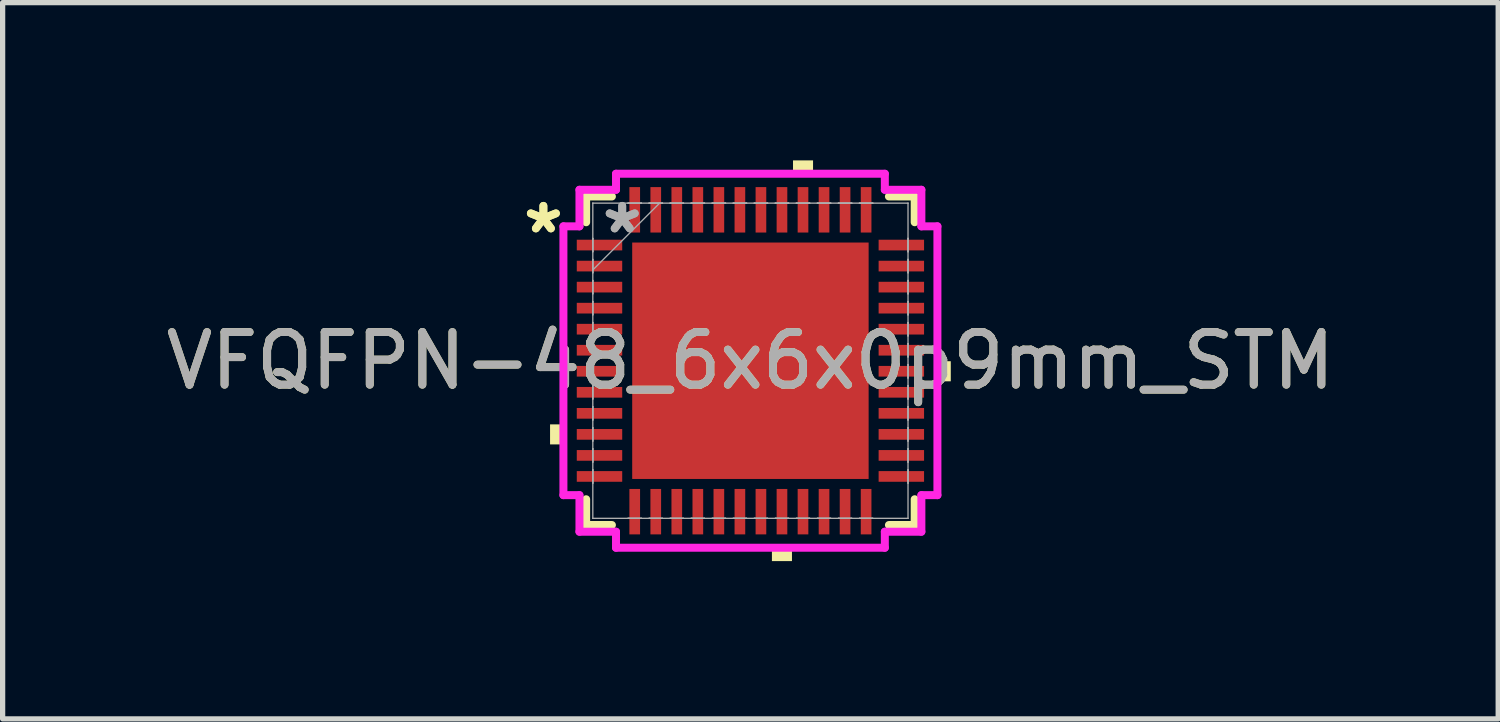
<source format=kicad_pcb>
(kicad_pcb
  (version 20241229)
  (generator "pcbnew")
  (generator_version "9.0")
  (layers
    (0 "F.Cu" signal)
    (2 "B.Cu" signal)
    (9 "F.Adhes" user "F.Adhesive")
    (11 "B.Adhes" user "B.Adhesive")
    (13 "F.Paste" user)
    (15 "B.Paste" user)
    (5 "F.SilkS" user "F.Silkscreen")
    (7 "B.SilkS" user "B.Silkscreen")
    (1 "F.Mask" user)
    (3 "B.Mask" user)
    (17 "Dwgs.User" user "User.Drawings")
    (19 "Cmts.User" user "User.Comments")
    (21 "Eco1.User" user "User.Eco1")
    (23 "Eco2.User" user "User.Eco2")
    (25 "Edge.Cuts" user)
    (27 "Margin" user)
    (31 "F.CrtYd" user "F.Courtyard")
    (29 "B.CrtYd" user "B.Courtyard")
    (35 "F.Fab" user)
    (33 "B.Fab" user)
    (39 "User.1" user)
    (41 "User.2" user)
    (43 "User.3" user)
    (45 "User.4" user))
  (footprint "VFQFPN-48_6x6x0p9mm_STM"
    (layer "F.Cu")
    (at 11.22 3.81)
    (property "Reference" "VFQFPN-48_6x6x0p9mm_STM" (at 0 0 0) (unlocked yes) (layer "F.SilkS") (effects (font (size 1 1) (thickness 0.15))))
    (attr smd)
    (fp_line (start -3.124 -3.124) (end -3.124 -2.634) (stroke (width 0.152) (type solid)) (layer "F.SilkS"))
    (fp_line (start -3.124 2.634) (end -3.124 3.124) (stroke (width 0.152) (type solid)) (layer "F.SilkS"))
    (fp_line (start -3.124 3.124) (end -2.634 3.124) (stroke (width 0.152) (type solid)) (layer "F.SilkS"))
    (fp_line (start -2.634 -3.124) (end -3.124 -3.124) (stroke (width 0.152) (type solid)) (layer "F.SilkS"))
    (fp_line (start 2.634 3.124) (end 3.124 3.124) (stroke (width 0.152) (type solid)) (layer "F.SilkS"))
    (fp_line (start 3.124 -3.124) (end 2.634 -3.124) (stroke (width 0.152) (type solid)) (layer "F.SilkS"))
    (fp_line (start 3.124 -2.634) (end 3.124 -3.124) (stroke (width 0.152) (type solid)) (layer "F.SilkS"))
    (fp_line (start 3.124 3.124) (end 3.124 2.634) (stroke (width 0.152) (type solid)) (layer "F.SilkS"))
    (fp_poly (pts (xy -3.81 1.21) (xy -3.81 1.591) (xy -3.556 1.591) (xy -3.556 1.21)) (stroke (width 0) (type solid)) (fill yes) (layer "F.SilkS"))
    (fp_poly (pts (xy 0.409 3.556) (xy 0.409 3.81) (xy 0.79 3.81) (xy 0.79 3.556)) (stroke (width 0) (type solid)) (fill yes) (layer "F.SilkS"))
    (fp_poly (pts (xy 0.81 -3.556) (xy 0.81 -3.81) (xy 1.191 -3.81) (xy 1.191 -3.556)) (stroke (width 0) (type solid)) (fill yes) (layer "F.SilkS"))
    (fp_poly (pts (xy 3.81 0.009) (xy 3.81 0.391) (xy 3.556 0.391) (xy 3.556 0.009)) (stroke (width 0) (type solid)) (fill yes) (layer "F.SilkS"))
    (fp_poly (pts (xy -2.148 -2.148) (xy -2.148 -0.849) (xy -0.849 -0.849) (xy -0.849 -2.148)) (stroke (width 0) (type solid)) (fill yes) (layer "F.Paste"))
    (fp_poly (pts (xy -2.148 -0.649) (xy -2.148 0.649) (xy -0.849 0.649) (xy -0.849 -0.649)) (stroke (width 0) (type solid)) (fill yes) (layer "F.Paste"))
    (fp_poly (pts (xy -2.148 0.849) (xy -2.148 2.148) (xy -0.849 2.148) (xy -0.849 0.849)) (stroke (width 0) (type solid)) (fill yes) (layer "F.Paste"))
    (fp_poly (pts (xy -0.649 -2.148) (xy -0.649 -0.849) (xy 0.649 -0.849) (xy 0.649 -2.148)) (stroke (width 0) (type solid)) (fill yes) (layer "F.Paste"))
    (fp_poly (pts (xy -0.649 -0.649) (xy -0.649 0.649) (xy 0.649 0.649) (xy 0.649 -0.649)) (stroke (width 0) (type solid)) (fill yes) (layer "F.Paste"))
    (fp_poly (pts (xy -0.649 0.849) (xy -0.649 2.148) (xy 0.649 2.148) (xy 0.649 0.849)) (stroke (width 0) (type solid)) (fill yes) (layer "F.Paste"))
    (fp_poly (pts (xy 0.849 -2.148) (xy 0.849 -0.849) (xy 2.148 -0.849) (xy 2.148 -2.148)) (stroke (width 0) (type solid)) (fill yes) (layer "F.Paste"))
    (fp_poly (pts (xy 0.849 -0.649) (xy 0.849 0.649) (xy 2.148 0.649) (xy 2.148 -0.649)) (stroke (width 0) (type solid)) (fill yes) (layer "F.Paste"))
    (fp_poly (pts (xy 0.849 0.849) (xy 0.849 2.148) (xy 2.148 2.148) (xy 2.148 0.849)) (stroke (width 0) (type solid)) (fill yes) (layer "F.Paste"))
    (fp_line (start -3.556 -2.556) (end -3.251 -2.556) (stroke (width 0.152) (type solid)) (layer "F.CrtYd"))
    (fp_line (start -3.556 2.556) (end -3.556 -2.556) (stroke (width 0.152) (type solid)) (layer "F.CrtYd"))
    (fp_line (start -3.251 -3.251) (end -2.556 -3.251) (stroke (width 0.152) (type solid)) (layer "F.CrtYd"))
    (fp_line (start -3.251 -2.556) (end -3.251 -3.251) (stroke (width 0.152) (type solid)) (layer "F.CrtYd"))
    (fp_line (start -3.251 2.556) (end -3.556 2.556) (stroke (width 0.152) (type solid)) (layer "F.CrtYd"))
    (fp_line (start -3.251 3.251) (end -3.251 2.556) (stroke (width 0.152) (type solid)) (layer "F.CrtYd"))
    (fp_line (start -2.556 -3.556) (end 2.556 -3.556) (stroke (width 0.152) (type solid)) (layer "F.CrtYd"))
    (fp_line (start -2.556 -3.251) (end -2.556 -3.556) (stroke (width 0.152) (type solid)) (layer "F.CrtYd"))
    (fp_line (start -2.556 3.251) (end -3.251 3.251) (stroke (width 0.152) (type solid)) (layer "F.CrtYd"))
    (fp_line (start -2.556 3.556) (end -2.556 3.251) (stroke (width 0.152) (type solid)) (layer "F.CrtYd"))
    (fp_line (start 2.556 -3.556) (end 2.556 -3.251) (stroke (width 0.152) (type solid)) (layer "F.CrtYd"))
    (fp_line (start 2.556 -3.251) (end 3.251 -3.251) (stroke (width 0.152) (type solid)) (layer "F.CrtYd"))
    (fp_line (start 2.556 3.251) (end 2.556 3.556) (stroke (width 0.152) (type solid)) (layer "F.CrtYd"))
    (fp_line (start 2.556 3.556) (end -2.556 3.556) (stroke (width 0.152) (type solid)) (layer "F.CrtYd"))
    (fp_line (start 3.251 -3.251) (end 3.251 -2.556) (stroke (width 0.152) (type solid)) (layer "F.CrtYd"))
    (fp_line (start 3.251 -2.556) (end 3.556 -2.556) (stroke (width 0.152) (type solid)) (layer "F.CrtYd"))
    (fp_line (start 3.251 2.556) (end 3.251 3.251) (stroke (width 0.152) (type solid)) (layer "F.CrtYd"))
    (fp_line (start 3.251 3.251) (end 2.556 3.251) (stroke (width 0.152) (type solid)) (layer "F.CrtYd"))
    (fp_line (start 3.556 -2.556) (end 3.556 2.556) (stroke (width 0.152) (type solid)) (layer "F.CrtYd"))
    (fp_line (start 3.556 2.556) (end 3.251 2.556) (stroke (width 0.152) (type solid)) (layer "F.CrtYd"))
    (fp_line (start -2.997 -2.997) (end -2.997 -2.997) (stroke (width 0.025) (type solid)) (layer "F.Fab"))
    (fp_line (start -2.997 -2.997) (end -2.997 2.997) (stroke (width 0.025) (type solid)) (layer "F.Fab"))
    (fp_line (start -2.997 -2.327) (end -2.997 -2.327) (stroke (width 0.025) (type solid)) (layer "F.Fab"))
    (fp_line (start -2.997 -2.327) (end -2.997 -2.073) (stroke (width 0.025) (type solid)) (layer "F.Fab"))
    (fp_line (start -2.997 -2.073) (end -2.997 -2.327) (stroke (width 0.025) (type solid)) (layer "F.Fab"))
    (fp_line (start -2.997 -2.073) (end -2.997 -2.073) (stroke (width 0.025) (type solid)) (layer "F.Fab"))
    (fp_line (start -2.997 -1.927) (end -2.997 -1.927) (stroke (width 0.025) (type solid)) (layer "F.Fab"))
    (fp_line (start -2.997 -1.927) (end -2.997 -1.673) (stroke (width 0.025) (type solid)) (layer "F.Fab"))
    (fp_line (start -2.997 -1.727) (end -1.727 -2.997) (stroke (width 0.025) (type solid)) (layer "F.Fab"))
    (fp_line (start -2.997 -1.673) (end -2.997 -1.927) (stroke (width 0.025) (type solid)) (layer "F.Fab"))
    (fp_line (start -2.997 -1.673) (end -2.997 -1.673) (stroke (width 0.025) (type solid)) (layer "F.Fab"))
    (fp_line (start -2.997 -1.527) (end -2.997 -1.527) (stroke (width 0.025) (type solid)) (layer "F.Fab"))
    (fp_line (start -2.997 -1.527) (end -2.997 -1.273) (stroke (width 0.025) (type solid)) (layer "F.Fab"))
    (fp_line (start -2.997 -1.273) (end -2.997 -1.527) (stroke (width 0.025) (type solid)) (layer "F.Fab"))
    (fp_line (start -2.997 -1.273) (end -2.997 -1.273) (stroke (width 0.025) (type solid)) (layer "F.Fab"))
    (fp_line (start -2.997 -1.127) (end -2.997 -1.127) (stroke (width 0.025) (type solid)) (layer "F.Fab"))
    (fp_line (start -2.997 -1.127) (end -2.997 -0.873) (stroke (width 0.025) (type solid)) (layer "F.Fab"))
    (fp_line (start -2.997 -0.873) (end -2.997 -1.127) (stroke (width 0.025) (type solid)) (layer "F.Fab"))
    (fp_line (start -2.997 -0.873) (end -2.997 -0.873) (stroke (width 0.025) (type solid)) (layer "F.Fab"))
    (fp_line (start -2.997 -0.727) (end -2.997 -0.727) (stroke (width 0.025) (type solid)) (layer "F.Fab"))
    (fp_line (start -2.997 -0.727) (end -2.997 -0.473) (stroke (width 0.025) (type solid)) (layer "F.Fab"))
    (fp_line (start -2.997 -0.473) (end -2.997 -0.727) (stroke (width 0.025) (type solid)) (layer "F.Fab"))
    (fp_line (start -2.997 -0.473) (end -2.997 -0.473) (stroke (width 0.025) (type solid)) (layer "F.Fab"))
    (fp_line (start -2.997 -0.327) (end -2.997 -0.327) (stroke (width 0.025) (type solid)) (layer "F.Fab"))
    (fp_line (start -2.997 -0.327) (end -2.997 -0.073) (stroke (width 0.025) (type solid)) (layer "F.Fab"))
    (fp_line (start -2.997 -0.073) (end -2.997 -0.327) (stroke (width 0.025) (type solid)) (layer "F.Fab"))
    (fp_line (start -2.997 -0.073) (end -2.997 -0.073) (stroke (width 0.025) (type solid)) (layer "F.Fab"))
    (fp_line (start -2.997 0.073) (end -2.997 0.073) (stroke (width 0.025) (type solid)) (layer "F.Fab"))
    (fp_line (start -2.997 0.073) (end -2.997 0.327) (stroke (width 0.025) (type solid)) (layer "F.Fab"))
    (fp_line (start -2.997 0.327) (end -2.997 0.073) (stroke (width 0.025) (type solid)) (layer "F.Fab"))
    (fp_line (start -2.997 0.327) (end -2.997 0.327) (stroke (width 0.025) (type solid)) (layer "F.Fab"))
    (fp_line (start -2.997 0.473) (end -2.997 0.473) (stroke (width 0.025) (type solid)) (layer "F.Fab"))
    (fp_line (start -2.997 0.473) (end -2.997 0.727) (stroke (width 0.025) (type solid)) (layer "F.Fab"))
    (fp_line (start -2.997 0.727) (end -2.997 0.473) (stroke (width 0.025) (type solid)) (layer "F.Fab"))
    (fp_line (start -2.997 0.727) (end -2.997 0.727) (stroke (width 0.025) (type solid)) (layer "F.Fab"))
    (fp_line (start -2.997 0.873) (end -2.997 0.873) (stroke (width 0.025) (type solid)) (layer "F.Fab"))
    (fp_line (start -2.997 0.873) (end -2.997 1.127) (stroke (width 0.025) (type solid)) (layer "F.Fab"))
    (fp_line (start -2.997 1.127) (end -2.997 0.873) (stroke (width 0.025) (type solid)) (layer "F.Fab"))
    (fp_line (start -2.997 1.127) (end -2.997 1.127) (stroke (width 0.025) (type solid)) (layer "F.Fab"))
    (fp_line (start -2.997 1.273) (end -2.997 1.273) (stroke (width 0.025) (type solid)) (layer "F.Fab"))
    (fp_line (start -2.997 1.273) (end -2.997 1.527) (stroke (width 0.025) (type solid)) (layer "F.Fab"))
    (fp_line (start -2.997 1.527) (end -2.997 1.273) (stroke (width 0.025) (type solid)) (layer "F.Fab"))
    (fp_line (start -2.997 1.527) (end -2.997 1.527) (stroke (width 0.025) (type solid)) (layer "F.Fab"))
    (fp_line (start -2.997 1.673) (end -2.997 1.673) (stroke (width 0.025) (type solid)) (layer "F.Fab"))
    (fp_line (start -2.997 1.673) (end -2.997 1.927) (stroke (width 0.025) (type solid)) (layer "F.Fab"))
    (fp_line (start -2.997 1.927) (end -2.997 1.673) (stroke (width 0.025) (type solid)) (layer "F.Fab"))
    (fp_line (start -2.997 1.927) (end -2.997 1.927) (stroke (width 0.025) (type solid)) (layer "F.Fab"))
    (fp_line (start -2.997 2.073) (end -2.997 2.073) (stroke (width 0.025) (type solid)) (layer "F.Fab"))
    (fp_line (start -2.997 2.073) (end -2.997 2.327) (stroke (width 0.025) (type solid)) (layer "F.Fab"))
    (fp_line (start -2.997 2.327) (end -2.997 2.073) (stroke (width 0.025) (type solid)) (layer "F.Fab"))
    (fp_line (start -2.997 2.327) (end -2.997 2.327) (stroke (width 0.025) (type solid)) (layer "F.Fab"))
    (fp_line (start -2.997 2.997) (end -2.997 2.997) (stroke (width 0.025) (type solid)) (layer "F.Fab"))
    (fp_line (start -2.997 2.997) (end 2.997 2.997) (stroke (width 0.025) (type solid)) (layer "F.Fab"))
    (fp_line (start -2.327 -2.997) (end -2.327 -2.997) (stroke (width 0.025) (type solid)) (layer "F.Fab"))
    (fp_line (start -2.327 -2.997) (end -2.073 -2.997) (stroke (width 0.025) (type solid)) (layer "F.Fab"))
    (fp_line (start -2.327 2.997) (end -2.327 2.997) (stroke (width 0.025) (type solid)) (layer "F.Fab"))
    (fp_line (start -2.327 2.997) (end -2.073 2.997) (stroke (width 0.025) (type solid)) (layer "F.Fab"))
    (fp_line (start -2.073 -2.997) (end -2.327 -2.997) (stroke (width 0.025) (type solid)) (layer "F.Fab"))
    (fp_line (start -2.073 -2.997) (end -2.073 -2.997) (stroke (width 0.025) (type solid)) (layer "F.Fab"))
    (fp_line (start -2.073 2.997) (end -2.327 2.997) (stroke (width 0.025) (type solid)) (layer "F.Fab"))
    (fp_line (start -2.073 2.997) (end -2.073 2.997) (stroke (width 0.025) (type solid)) (layer "F.Fab"))
    (fp_line (start -1.927 -2.997) (end -1.927 -2.997) (stroke (width 0.025) (type solid)) (layer "F.Fab"))
    (fp_line (start -1.927 -2.997) (end -1.673 -2.997) (stroke (width 0.025) (type solid)) (layer "F.Fab"))
    (fp_line (start -1.927 2.997) (end -1.927 2.997) (stroke (width 0.025) (type solid)) (layer "F.Fab"))
    (fp_line (start -1.927 2.997) (end -1.673 2.997) (stroke (width 0.025) (type solid)) (layer "F.Fab"))
    (fp_line (start -1.673 -2.997) (end -1.927 -2.997) (stroke (width 0.025) (type solid)) (layer "F.Fab"))
    (fp_line (start -1.673 -2.997) (end -1.673 -2.997) (stroke (width 0.025) (type solid)) (layer "F.Fab"))
    (fp_line (start -1.673 2.997) (end -1.927 2.997) (stroke (width 0.025) (type solid)) (layer "F.Fab"))
    (fp_line (start -1.673 2.997) (end -1.673 2.997) (stroke (width 0.025) (type solid)) (layer "F.Fab"))
    (fp_line (start -1.527 -2.997) (end -1.527 -2.997) (stroke (width 0.025) (type solid)) (layer "F.Fab"))
    (fp_line (start -1.527 -2.997) (end -1.273 -2.997) (stroke (width 0.025) (type solid)) (layer "F.Fab"))
    (fp_line (start -1.527 2.997) (end -1.527 2.997) (stroke (width 0.025) (type solid)) (layer "F.Fab"))
    (fp_line (start -1.527 2.997) (end -1.273 2.997) (stroke (width 0.025) (type solid)) (layer "F.Fab"))
    (fp_line (start -1.273 -2.997) (end -1.527 -2.997) (stroke (width 0.025) (type solid)) (layer "F.Fab"))
    (fp_line (start -1.273 -2.997) (end -1.273 -2.997) (stroke (width 0.025) (type solid)) (layer "F.Fab"))
    (fp_line (start -1.273 2.997) (end -1.527 2.997) (stroke (width 0.025) (type solid)) (layer "F.Fab"))
    (fp_line (start -1.273 2.997) (end -1.273 2.997) (stroke (width 0.025) (type solid)) (layer "F.Fab"))
    (fp_line (start -1.127 -2.997) (end -1.127 -2.997) (stroke (width 0.025) (type solid)) (layer "F.Fab"))
    (fp_line (start -1.127 -2.997) (end -0.873 -2.997) (stroke (width 0.025) (type solid)) (layer "F.Fab"))
    (fp_line (start -1.127 2.997) (end -1.127 2.997) (stroke (width 0.025) (type solid)) (layer "F.Fab"))
    (fp_line (start -1.127 2.997) (end -0.873 2.997) (stroke (width 0.025) (type solid)) (layer "F.Fab"))
    (fp_line (start -0.873 -2.997) (end -1.127 -2.997) (stroke (width 0.025) (type solid)) (layer "F.Fab"))
    (fp_line (start -0.873 -2.997) (end -0.873 -2.997) (stroke (width 0.025) (type solid)) (layer "F.Fab"))
    (fp_line (start -0.873 2.997) (end -1.127 2.997) (stroke (width 0.025) (type solid)) (layer "F.Fab"))
    (fp_line (start -0.873 2.997) (end -0.873 2.997) (stroke (width 0.025) (type solid)) (layer "F.Fab"))
    (fp_line (start -0.727 -2.997) (end -0.727 -2.997) (stroke (width 0.025) (type solid)) (layer "F.Fab"))
    (fp_line (start -0.727 -2.997) (end -0.473 -2.997) (stroke (width 0.025) (type solid)) (layer "F.Fab"))
    (fp_line (start -0.727 2.997) (end -0.727 2.997) (stroke (width 0.025) (type solid)) (layer "F.Fab"))
    (fp_line (start -0.727 2.997) (end -0.473 2.997) (stroke (width 0.025) (type solid)) (layer "F.Fab"))
    (fp_line (start -0.473 -2.997) (end -0.727 -2.997) (stroke (width 0.025) (type solid)) (layer "F.Fab"))
    (fp_line (start -0.473 -2.997) (end -0.473 -2.997) (stroke (width 0.025) (type solid)) (layer "F.Fab"))
    (fp_line (start -0.473 2.997) (end -0.727 2.997) (stroke (width 0.025) (type solid)) (layer "F.Fab"))
    (fp_line (start -0.473 2.997) (end -0.473 2.997) (stroke (width 0.025) (type solid)) (layer "F.Fab"))
    (fp_line (start -0.327 -2.997) (end -0.327 -2.997) (stroke (width 0.025) (type solid)) (layer "F.Fab"))
    (fp_line (start -0.327 -2.997) (end -0.073 -2.997) (stroke (width 0.025) (type solid)) (layer "F.Fab"))
    (fp_line (start -0.327 2.997) (end -0.327 2.997) (stroke (width 0.025) (type solid)) (layer "F.Fab"))
    (fp_line (start -0.327 2.997) (end -0.073 2.997) (stroke (width 0.025) (type solid)) (layer "F.Fab"))
    (fp_line (start -0.073 -2.997) (end -0.327 -2.997) (stroke (width 0.025) (type solid)) (layer "F.Fab"))
    (fp_line (start -0.073 -2.997) (end -0.073 -2.997) (stroke (width 0.025) (type solid)) (layer "F.Fab"))
    (fp_line (start -0.073 2.997) (end -0.327 2.997) (stroke (width 0.025) (type solid)) (layer "F.Fab"))
    (fp_line (start -0.073 2.997) (end -0.073 2.997) (stroke (width 0.025) (type solid)) (layer "F.Fab"))
    (fp_line (start 0.073 -2.997) (end 0.073 -2.997) (stroke (width 0.025) (type solid)) (layer "F.Fab"))
    (fp_line (start 0.073 -2.997) (end 0.327 -2.997) (stroke (width 0.025) (type solid)) (layer "F.Fab"))
    (fp_line (start 0.073 2.997) (end 0.073 2.997) (stroke (width 0.025) (type solid)) (layer "F.Fab"))
    (fp_line (start 0.073 2.997) (end 0.327 2.997) (stroke (width 0.025) (type solid)) (layer "F.Fab"))
    (fp_line (start 0.327 -2.997) (end 0.073 -2.997) (stroke (width 0.025) (type solid)) (layer "F.Fab"))
    (fp_line (start 0.327 -2.997) (end 0.327 -2.997) (stroke (width 0.025) (type solid)) (layer "F.Fab"))
    (fp_line (start 0.327 2.997) (end 0.073 2.997) (stroke (width 0.025) (type solid)) (layer "F.Fab"))
    (fp_line (start 0.327 2.997) (end 0.327 2.997) (stroke (width 0.025) (type solid)) (layer "F.Fab"))
    (fp_line (start 0.473 -2.997) (end 0.473 -2.997) (stroke (width 0.025) (type solid)) (layer "F.Fab"))
    (fp_line (start 0.473 -2.997) (end 0.727 -2.997) (stroke (width 0.025) (type solid)) (layer "F.Fab"))
    (fp_line (start 0.473 2.997) (end 0.473 2.997) (stroke (width 0.025) (type solid)) (layer "F.Fab"))
    (fp_line (start 0.473 2.997) (end 0.727 2.997) (stroke (width 0.025) (type solid)) (layer "F.Fab"))
    (fp_line (start 0.727 -2.997) (end 0.473 -2.997) (stroke (width 0.025) (type solid)) (layer "F.Fab"))
    (fp_line (start 0.727 -2.997) (end 0.727 -2.997) (stroke (width 0.025) (type solid)) (layer "F.Fab"))
    (fp_line (start 0.727 2.997) (end 0.473 2.997) (stroke (width 0.025) (type solid)) (layer "F.Fab"))
    (fp_line (start 0.727 2.997) (end 0.727 2.997) (stroke (width 0.025) (type solid)) (layer "F.Fab"))
    (fp_line (start 0.873 -2.997) (end 0.873 -2.997) (stroke (width 0.025) (type solid)) (layer "F.Fab"))
    (fp_line (start 0.873 -2.997) (end 1.127 -2.997) (stroke (width 0.025) (type solid)) (layer "F.Fab"))
    (fp_line (start 0.873 2.997) (end 0.873 2.997) (stroke (width 0.025) (type solid)) (layer "F.Fab"))
    (fp_line (start 0.873 2.997) (end 1.127 2.997) (stroke (width 0.025) (type solid)) (layer "F.Fab"))
    (fp_line (start 1.127 -2.997) (end 0.873 -2.997) (stroke (width 0.025) (type solid)) (layer "F.Fab"))
    (fp_line (start 1.127 -2.997) (end 1.127 -2.997) (stroke (width 0.025) (type solid)) (layer "F.Fab"))
    (fp_line (start 1.127 2.997) (end 0.873 2.997) (stroke (width 0.025) (type solid)) (layer "F.Fab"))
    (fp_line (start 1.127 2.997) (end 1.127 2.997) (stroke (width 0.025) (type solid)) (layer "F.Fab"))
    (fp_line (start 1.273 -2.997) (end 1.273 -2.997) (stroke (width 0.025) (type solid)) (layer "F.Fab"))
    (fp_line (start 1.273 -2.997) (end 1.527 -2.997) (stroke (width 0.025) (type solid)) (layer "F.Fab"))
    (fp_line (start 1.273 2.997) (end 1.273 2.997) (stroke (width 0.025) (type solid)) (layer "F.Fab"))
    (fp_line (start 1.273 2.997) (end 1.527 2.997) (stroke (width 0.025) (type solid)) (layer "F.Fab"))
    (fp_line (start 1.527 -2.997) (end 1.273 -2.997) (stroke (width 0.025) (type solid)) (layer "F.Fab"))
    (fp_line (start 1.527 -2.997) (end 1.527 -2.997) (stroke (width 0.025) (type solid)) (layer "F.Fab"))
    (fp_line (start 1.527 2.997) (end 1.273 2.997) (stroke (width 0.025) (type solid)) (layer "F.Fab"))
    (fp_line (start 1.527 2.997) (end 1.527 2.997) (stroke (width 0.025) (type solid)) (layer "F.Fab"))
    (fp_line (start 1.673 -2.997) (end 1.673 -2.997) (stroke (width 0.025) (type solid)) (layer "F.Fab"))
    (fp_line (start 1.673 -2.997) (end 1.927 -2.997) (stroke (width 0.025) (type solid)) (layer "F.Fab"))
    (fp_line (start 1.673 2.997) (end 1.673 2.997) (stroke (width 0.025) (type solid)) (layer "F.Fab"))
    (fp_line (start 1.673 2.997) (end 1.927 2.997) (stroke (width 0.025) (type solid)) (layer "F.Fab"))
    (fp_line (start 1.927 -2.997) (end 1.673 -2.997) (stroke (width 0.025) (type solid)) (layer "F.Fab"))
    (fp_line (start 1.927 -2.997) (end 1.927 -2.997) (stroke (width 0.025) (type solid)) (layer "F.Fab"))
    (fp_line (start 1.927 2.997) (end 1.673 2.997) (stroke (width 0.025) (type solid)) (layer "F.Fab"))
    (fp_line (start 1.927 2.997) (end 1.927 2.997) (stroke (width 0.025) (type solid)) (layer "F.Fab"))
    (fp_line (start 2.073 -2.997) (end 2.073 -2.997) (stroke (width 0.025) (type solid)) (layer "F.Fab"))
    (fp_line (start 2.073 -2.997) (end 2.327 -2.997) (stroke (width 0.025) (type solid)) (layer "F.Fab"))
    (fp_line (start 2.073 2.997) (end 2.073 2.997) (stroke (width 0.025) (type solid)) (layer "F.Fab"))
    (fp_line (start 2.073 2.997) (end 2.327 2.997) (stroke (width 0.025) (type solid)) (layer "F.Fab"))
    (fp_line (start 2.327 -2.997) (end 2.073 -2.997) (stroke (width 0.025) (type solid)) (layer "F.Fab"))
    (fp_line (start 2.327 -2.997) (end 2.327 -2.997) (stroke (width 0.025) (type solid)) (layer "F.Fab"))
    (fp_line (start 2.327 2.997) (end 2.073 2.997) (stroke (width 0.025) (type solid)) (layer "F.Fab"))
    (fp_line (start 2.327 2.997) (end 2.327 2.997) (stroke (width 0.025) (type solid)) (layer "F.Fab"))
    (fp_line (start 2.997 -2.997) (end -2.997 -2.997) (stroke (width 0.025) (type solid)) (layer "F.Fab"))
    (fp_line (start 2.997 -2.997) (end 2.997 -2.997) (stroke (width 0.025) (type solid)) (layer "F.Fab"))
    (fp_line (start 2.997 -2.327) (end 2.997 -2.327) (stroke (width 0.025) (type solid)) (layer "F.Fab"))
    (fp_line (start 2.997 -2.327) (end 2.997 -2.073) (stroke (width 0.025) (type solid)) (layer "F.Fab"))
    (fp_line (start 2.997 -2.073) (end 2.997 -2.327) (stroke (width 0.025) (type solid)) (layer "F.Fab"))
    (fp_line (start 2.997 -2.073) (end 2.997 -2.073) (stroke (width 0.025) (type solid)) (layer "F.Fab"))
    (fp_line (start 2.997 -1.927) (end 2.997 -1.927) (stroke (width 0.025) (type solid)) (layer "F.Fab"))
    (fp_line (start 2.997 -1.927) (end 2.997 -1.673) (stroke (width 0.025) (type solid)) (layer "F.Fab"))
    (fp_line (start 2.997 -1.673) (end 2.997 -1.927) (stroke (width 0.025) (type solid)) (layer "F.Fab"))
    (fp_line (start 2.997 -1.673) (end 2.997 -1.673) (stroke (width 0.025) (type solid)) (layer "F.Fab"))
    (fp_line (start 2.997 -1.527) (end 2.997 -1.527) (stroke (width 0.025) (type solid)) (layer "F.Fab"))
    (fp_line (start 2.997 -1.527) (end 2.997 -1.273) (stroke (width 0.025) (type solid)) (layer "F.Fab"))
    (fp_line (start 2.997 -1.273) (end 2.997 -1.527) (stroke (width 0.025) (type solid)) (layer "F.Fab"))
    (fp_line (start 2.997 -1.273) (end 2.997 -1.273) (stroke (width 0.025) (type solid)) (layer "F.Fab"))
    (fp_line (start 2.997 -1.127) (end 2.997 -1.127) (stroke (width 0.025) (type solid)) (layer "F.Fab"))
    (fp_line (start 2.997 -1.127) (end 2.997 -0.873) (stroke (width 0.025) (type solid)) (layer "F.Fab"))
    (fp_line (start 2.997 -0.873) (end 2.997 -1.127) (stroke (width 0.025) (type solid)) (layer "F.Fab"))
    (fp_line (start 2.997 -0.873) (end 2.997 -0.873) (stroke (width 0.025) (type solid)) (layer "F.Fab"))
    (fp_line (start 2.997 -0.727) (end 2.997 -0.727) (stroke (width 0.025) (type solid)) (layer "F.Fab"))
    (fp_line (start 2.997 -0.727) (end 2.997 -0.473) (stroke (width 0.025) (type solid)) (layer "F.Fab"))
    (fp_line (start 2.997 -0.473) (end 2.997 -0.727) (stroke (width 0.025) (type solid)) (layer "F.Fab"))
    (fp_line (start 2.997 -0.473) (end 2.997 -0.473) (stroke (width 0.025) (type solid)) (layer "F.Fab"))
    (fp_line (start 2.997 -0.327) (end 2.997 -0.327) (stroke (width 0.025) (type solid)) (layer "F.Fab"))
    (fp_line (start 2.997 -0.327) (end 2.997 -0.073) (stroke (width 0.025) (type solid)) (layer "F.Fab"))
    (fp_line (start 2.997 -0.073) (end 2.997 -0.327) (stroke (width 0.025) (type solid)) (layer "F.Fab"))
    (fp_line (start 2.997 -0.073) (end 2.997 -0.073) (stroke (width 0.025) (type solid)) (layer "F.Fab"))
    (fp_line (start 2.997 0.073) (end 2.997 0.073) (stroke (width 0.025) (type solid)) (layer "F.Fab"))
    (fp_line (start 2.997 0.073) (end 2.997 0.327) (stroke (width 0.025) (type solid)) (layer "F.Fab"))
    (fp_line (start 2.997 0.327) (end 2.997 0.073) (stroke (width 0.025) (type solid)) (layer "F.Fab"))
    (fp_line (start 2.997 0.327) (end 2.997 0.327) (stroke (width 0.025) (type solid)) (layer "F.Fab"))
    (fp_line (start 2.997 0.473) (end 2.997 0.473) (stroke (width 0.025) (type solid)) (layer "F.Fab"))
    (fp_line (start 2.997 0.473) (end 2.997 0.727) (stroke (width 0.025) (type solid)) (layer "F.Fab"))
    (fp_line (start 2.997 0.727) (end 2.997 0.473) (stroke (width 0.025) (type solid)) (layer "F.Fab"))
    (fp_line (start 2.997 0.727) (end 2.997 0.727) (stroke (width 0.025) (type solid)) (layer "F.Fab"))
    (fp_line (start 2.997 0.873) (end 2.997 0.873) (stroke (width 0.025) (type solid)) (layer "F.Fab"))
    (fp_line (start 2.997 0.873) (end 2.997 1.127) (stroke (width 0.025) (type solid)) (layer "F.Fab"))
    (fp_line (start 2.997 1.127) (end 2.997 0.873) (stroke (width 0.025) (type solid)) (layer "F.Fab"))
    (fp_line (start 2.997 1.127) (end 2.997 1.127) (stroke (width 0.025) (type solid)) (layer "F.Fab"))
    (fp_line (start 2.997 1.273) (end 2.997 1.273) (stroke (width 0.025) (type solid)) (layer "F.Fab"))
    (fp_line (start 2.997 1.273) (end 2.997 1.527) (stroke (width 0.025) (type solid)) (layer "F.Fab"))
    (fp_line (start 2.997 1.527) (end 2.997 1.273) (stroke (width 0.025) (type solid)) (layer "F.Fab"))
    (fp_line (start 2.997 1.527) (end 2.997 1.527) (stroke (width 0.025) (type solid)) (layer "F.Fab"))
    (fp_line (start 2.997 1.673) (end 2.997 1.673) (stroke (width 0.025) (type solid)) (layer "F.Fab"))
    (fp_line (start 2.997 1.673) (end 2.997 1.927) (stroke (width 0.025) (type solid)) (layer "F.Fab"))
    (fp_line (start 2.997 1.927) (end 2.997 1.673) (stroke (width 0.025) (type solid)) (layer "F.Fab"))
    (fp_line (start 2.997 1.927) (end 2.997 1.927) (stroke (width 0.025) (type solid)) (layer "F.Fab"))
    (fp_line (start 2.997 2.073) (end 2.997 2.073) (stroke (width 0.025) (type solid)) (layer "F.Fab"))
    (fp_line (start 2.997 2.073) (end 2.997 2.327) (stroke (width 0.025) (type solid)) (layer "F.Fab"))
    (fp_line (start 2.997 2.327) (end 2.997 2.073) (stroke (width 0.025) (type solid)) (layer "F.Fab"))
    (fp_line (start 2.997 2.327) (end 2.997 2.327) (stroke (width 0.025) (type solid)) (layer "F.Fab"))
    (fp_line (start 2.997 2.997) (end 2.997 -2.997) (stroke (width 0.025) (type solid)) (layer "F.Fab"))
    (fp_line (start 2.997 2.997) (end 2.997 2.997) (stroke (width 0.025) (type solid)) (layer "F.Fab"))
    (fp_text user "*" (at -3.937 -2.4 0) (layer "F.SilkS") (effects (font (size 1 1) (thickness 0.15))))
    (fp_text user "*" (at -3.937 -2.4 0) (unlocked yes) (layer "F.SilkS") (effects (font (size 1 1) (thickness 0.15))))
    (fp_text user "${REFERENCE}" (at 0 0 0) (unlocked yes) (layer "F.Fab") (effects (font (size 1 1) (thickness 0.15))))
    (fp_text user "*" (at -2.438 -2.4 0) (layer "F.Fab") (effects (font (size 1 1) (thickness 0.15))))
    (fp_text user "*" (at -2.438 -2.4 0) (unlocked yes) (layer "F.Fab") (effects (font (size 1 1) (thickness 0.15))))
    (pad "1" smd rect (at -2.87 -2.2 90) (size 0.203 0.864) (layers "F.Cu" "F.Mask" "F.Paste"))
    (pad "2" smd rect (at -2.87 -1.8 90) (size 0.203 0.864) (layers "F.Cu" "F.Mask" "F.Paste"))
    (pad "3" smd rect (at -2.87 -1.4 90) (size 0.203 0.864) (layers "F.Cu" "F.Mask" "F.Paste"))
    (pad "4" smd rect (at -2.87 -1 90) (size 0.203 0.864) (layers "F.Cu" "F.Mask" "F.Paste"))
    (pad "5" smd rect (at -2.87 -0.6 90) (size 0.203 0.864) (layers "F.Cu" "F.Mask" "F.Paste"))
    (pad "6" smd rect (at -2.87 -0.2 90) (size 0.203 0.864) (layers "F.Cu" "F.Mask" "F.Paste"))
    (pad "7" smd rect (at -2.87 0.2 90) (size 0.203 0.864) (layers "F.Cu" "F.Mask" "F.Paste"))
    (pad "8" smd rect (at -2.87 0.6 90) (size 0.203 0.864) (layers "F.Cu" "F.Mask" "F.Paste"))
    (pad "9" smd rect (at -2.87 1 90) (size 0.203 0.864) (layers "F.Cu" "F.Mask" "F.Paste"))
    (pad "10" smd rect (at -2.87 1.4 90) (size 0.203 0.864) (layers "F.Cu" "F.Mask" "F.Paste"))
    (pad "11" smd rect (at -2.87 1.8 90) (size 0.203 0.864) (layers "F.Cu" "F.Mask" "F.Paste"))
    (pad "12" smd rect (at -2.87 2.2 90) (size 0.203 0.864) (layers "F.Cu" "F.Mask" "F.Paste"))
    (pad "13" smd rect (at -2.2 2.87) (size 0.203 0.864) (layers "F.Cu" "F.Mask" "F.Paste"))
    (pad "14" smd rect (at -1.8 2.87) (size 0.203 0.864) (layers "F.Cu" "F.Mask" "F.Paste"))
    (pad "15" smd rect (at -1.4 2.87) (size 0.203 0.864) (layers "F.Cu" "F.Mask" "F.Paste"))
    (pad "16" smd rect (at -1 2.87) (size 0.203 0.864) (layers "F.Cu" "F.Mask" "F.Paste"))
    (pad "17" smd rect (at -0.6 2.87) (size 0.203 0.864) (layers "F.Cu" "F.Mask" "F.Paste"))
    (pad "18" smd rect (at -0.2 2.87) (size 0.203 0.864) (layers "F.Cu" "F.Mask" "F.Paste"))
    (pad "19" smd rect (at 0.2 2.87) (size 0.203 0.864) (layers "F.Cu" "F.Mask" "F.Paste"))
    (pad "20" smd rect (at 0.6 2.87) (size 0.203 0.864) (layers "F.Cu" "F.Mask" "F.Paste"))
    (pad "21" smd rect (at 1 2.87) (size 0.203 0.864) (layers "F.Cu" "F.Mask" "F.Paste"))
    (pad "22" smd rect (at 1.4 2.87) (size 0.203 0.864) (layers "F.Cu" "F.Mask" "F.Paste"))
    (pad "23" smd rect (at 1.8 2.87) (size 0.203 0.864) (layers "F.Cu" "F.Mask" "F.Paste"))
    (pad "24" smd rect (at 2.2 2.87) (size 0.203 0.864) (layers "F.Cu" "F.Mask" "F.Paste"))
    (pad "25" smd rect (at 2.87 2.2 90) (size 0.203 0.864) (layers "F.Cu" "F.Mask" "F.Paste"))
    (pad "26" smd rect (at 2.87 1.8 90) (size 0.203 0.864) (layers "F.Cu" "F.Mask" "F.Paste"))
    (pad "27" smd rect (at 2.87 1.4 90) (size 0.203 0.864) (layers "F.Cu" "F.Mask" "F.Paste"))
    (pad "28" smd rect (at 2.87 1 90) (size 0.203 0.864) (layers "F.Cu" "F.Mask" "F.Paste"))
    (pad "29" smd rect (at 2.87 0.6 90) (size 0.203 0.864) (layers "F.Cu" "F.Mask" "F.Paste"))
    (pad "30" smd rect (at 2.87 0.2 90) (size 0.203 0.864) (layers "F.Cu" "F.Mask" "F.Paste"))
    (pad "31" smd rect (at 2.87 -0.2 90) (size 0.203 0.864) (layers "F.Cu" "F.Mask" "F.Paste"))
    (pad "32" smd rect (at 2.87 -0.6 90) (size 0.203 0.864) (layers "F.Cu" "F.Mask" "F.Paste"))
    (pad "33" smd rect (at 2.87 -1 90) (size 0.203 0.864) (layers "F.Cu" "F.Mask" "F.Paste"))
    (pad "34" smd rect (at 2.87 -1.4 90) (size 0.203 0.864) (layers "F.Cu" "F.Mask" "F.Paste"))
    (pad "35" smd rect (at 2.87 -1.8 90) (size 0.203 0.864) (layers "F.Cu" "F.Mask" "F.Paste"))
    (pad "36" smd rect (at 2.87 -2.2 90) (size 0.203 0.864) (layers "F.Cu" "F.Mask" "F.Paste"))
    (pad "37" smd rect (at 2.2 -2.87) (size 0.203 0.864) (layers "F.Cu" "F.Mask" "F.Paste"))
    (pad "38" smd rect (at 1.8 -2.87) (size 0.203 0.864) (layers "F.Cu" "F.Mask" "F.Paste"))
    (pad "39" smd rect (at 1.4 -2.87) (size 0.203 0.864) (layers "F.Cu" "F.Mask" "F.Paste"))
    (pad "40" smd rect (at 1 -2.87) (size 0.203 0.864) (layers "F.Cu" "F.Mask" "F.Paste"))
    (pad "41" smd rect (at 0.6 -2.87) (size 0.203 0.864) (layers "F.Cu" "F.Mask" "F.Paste"))
    (pad "42" smd rect (at 0.2 -2.87) (size 0.203 0.864) (layers "F.Cu" "F.Mask" "F.Paste"))
    (pad "43" smd rect (at -0.2 -2.87) (size 0.203 0.864) (layers "F.Cu" "F.Mask" "F.Paste"))
    (pad "44" smd rect (at -0.6 -2.87) (size 0.203 0.864) (layers "F.Cu" "F.Mask" "F.Paste"))
    (pad "45" smd rect (at -1 -2.87) (size 0.203 0.864) (layers "F.Cu" "F.Mask" "F.Paste"))
    (pad "46" smd rect (at -1.4 -2.87) (size 0.203 0.864) (layers "F.Cu" "F.Mask" "F.Paste"))
    (pad "47" smd rect (at -1.8 -2.87) (size 0.203 0.864) (layers "F.Cu" "F.Mask" "F.Paste"))
    (pad "48" smd rect (at -2.2 -2.87) (size 0.203 0.864) (layers "F.Cu" "F.Mask" "F.Paste"))
    (pad "49" smd rect (at 0 0) (size 4.496 4.496) (layers "F.Cu" "F.Mask" "F.Paste")))
  (gr_rect
    (start -3 -3)
    (end 25.44 10.62)
    (stroke (width 0.1) (type default))
    (fill no)
    (layer "Edge.Cuts")))
</source>
